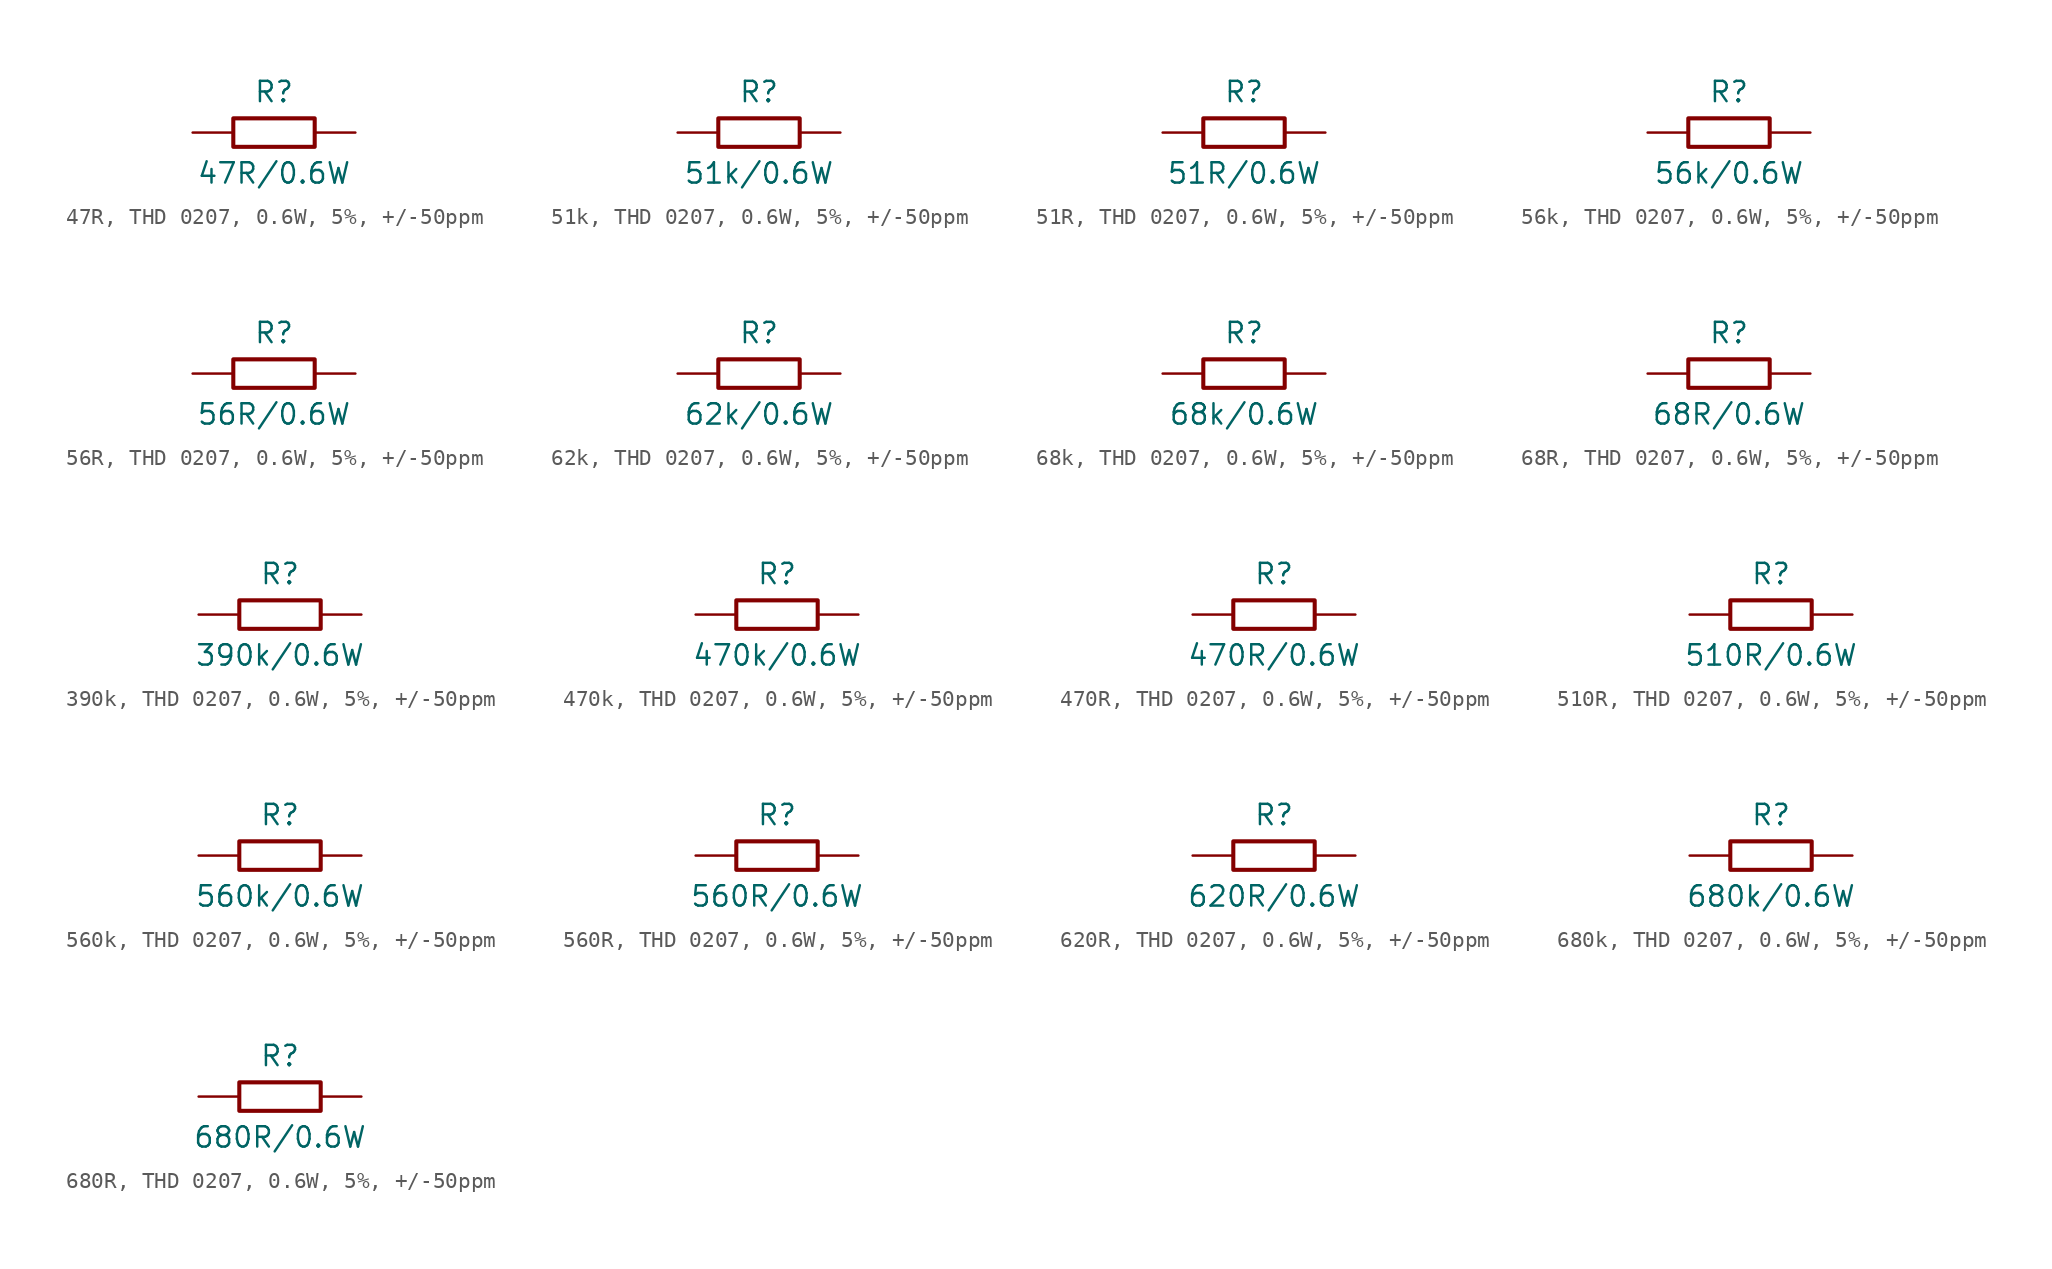
<source format=kicad_sym>
(kicad_symbol_lib
  (version 20220914)
  (generator kicad_symbol_editor)
  (symbol "47R, THD 0207, 0.6W, 5%, +/-50ppm"
    (pin_numbers hide)
    (pin_names
      (offset 0) hide)
    (property "Reference" "R"
      (at 0 2.54 0)
      (effects (font (size 1.27 1.27))))
    (property "Value" "47R/0.6W"
      (at 0 -2.54 0)
      (effects (font (size 1.27 1.27))))
    (symbol "47R, THD 0207, 0.6W, 5%, +/-50ppm_0_1"
      (rectangle (start -2.54 0.889) (end 2.54 -0.889) (stroke (width 0.254) (type default)) (fill (type none))))
    (symbol "47R, THD 0207, 0.6W, 5%, +/-50ppm_1_1"
      (pin passive line (at -5.08 0 0) (length 2.54) (name "1" (effects (font (size 1.27 1.27)))) (number "1" (effects (font (size 1.27 1.27)))))
      (pin passive line (at 5.08 0 180) (length 2.54) (name "2" (effects (font (size 1.27 1.27)))) (number "2" (effects (font (size 1.27 1.27)))))))
  (symbol "51k, THD 0207, 0.6W, 5%, +/-50ppm"
    (pin_numbers hide)
    (pin_names
      (offset 0) hide)
    (property "Reference" "R"
      (at 0 2.54 0)
      (effects (font (size 1.27 1.27))))
    (property "Value" "51k/0.6W"
      (at 0 -2.54 0)
      (effects (font (size 1.27 1.27))))
    (symbol "51k, THD 0207, 0.6W, 5%, +/-50ppm_0_1"
      (rectangle (start -2.54 0.889) (end 2.54 -0.889) (stroke (width 0.254) (type default)) (fill (type none))))
    (symbol "51k, THD 0207, 0.6W, 5%, +/-50ppm_1_1"
      (pin passive line (at -5.08 0 0) (length 2.54) (name "1" (effects (font (size 1.27 1.27)))) (number "1" (effects (font (size 1.27 1.27)))))
      (pin passive line (at 5.08 0 180) (length 2.54) (name "2" (effects (font (size 1.27 1.27)))) (number "2" (effects (font (size 1.27 1.27)))))))
  (symbol "51R, THD 0207, 0.6W, 5%, +/-50ppm"
    (pin_numbers hide)
    (pin_names
      (offset 0) hide)
    (property "Reference" "R"
      (at 0 2.54 0)
      (effects (font (size 1.27 1.27))))
    (property "Value" "51R/0.6W"
      (at 0 -2.54 0)
      (effects (font (size 1.27 1.27))))
    (symbol "51R, THD 0207, 0.6W, 5%, +/-50ppm_0_1"
      (rectangle (start -2.54 0.889) (end 2.54 -0.889) (stroke (width 0.254) (type default)) (fill (type none))))
    (symbol "51R, THD 0207, 0.6W, 5%, +/-50ppm_1_1"
      (pin passive line (at -5.08 0 0) (length 2.54) (name "1" (effects (font (size 1.27 1.27)))) (number "1" (effects (font (size 1.27 1.27)))))
      (pin passive line (at 5.08 0 180) (length 2.54) (name "2" (effects (font (size 1.27 1.27)))) (number "2" (effects (font (size 1.27 1.27)))))))
  (symbol "56k, THD 0207, 0.6W, 5%, +/-50ppm"
    (pin_numbers hide)
    (pin_names
      (offset 0) hide)
    (property "Reference" "R"
      (at 0 2.54 0)
      (effects (font (size 1.27 1.27))))
    (property "Value" "56k/0.6W"
      (at 0 -2.54 0)
      (effects (font (size 1.27 1.27))))
    (symbol "56k, THD 0207, 0.6W, 5%, +/-50ppm_0_1"
      (rectangle (start -2.54 0.889) (end 2.54 -0.889) (stroke (width 0.254) (type default)) (fill (type none))))
    (symbol "56k, THD 0207, 0.6W, 5%, +/-50ppm_1_1"
      (pin passive line (at -5.08 0 0) (length 2.54) (name "1" (effects (font (size 1.27 1.27)))) (number "1" (effects (font (size 1.27 1.27)))))
      (pin passive line (at 5.08 0 180) (length 2.54) (name "2" (effects (font (size 1.27 1.27)))) (number "2" (effects (font (size 1.27 1.27)))))))
  (symbol "56R, THD 0207, 0.6W, 5%, +/-50ppm"
    (pin_numbers hide)
    (pin_names
      (offset 0) hide)
    (property "Reference" "R"
      (at 0 2.54 0)
      (effects (font (size 1.27 1.27))))
    (property "Value" "56R/0.6W"
      (at 0 -2.54 0)
      (effects (font (size 1.27 1.27))))
    (symbol "56R, THD 0207, 0.6W, 5%, +/-50ppm_0_1"
      (rectangle (start -2.54 0.889) (end 2.54 -0.889) (stroke (width 0.254) (type default)) (fill (type none))))
    (symbol "56R, THD 0207, 0.6W, 5%, +/-50ppm_1_1"
      (pin passive line (at -5.08 0 0) (length 2.54) (name "1" (effects (font (size 1.27 1.27)))) (number "1" (effects (font (size 1.27 1.27)))))
      (pin passive line (at 5.08 0 180) (length 2.54) (name "2" (effects (font (size 1.27 1.27)))) (number "2" (effects (font (size 1.27 1.27)))))))
  (symbol "62k, THD 0207, 0.6W, 5%, +/-50ppm"
    (pin_numbers hide)
    (pin_names
      (offset 0) hide)
    (property "Reference" "R"
      (at 0 2.54 0)
      (effects (font (size 1.27 1.27))))
    (property "Value" "62k/0.6W"
      (at 0 -2.54 0)
      (effects (font (size 1.27 1.27))))
    (symbol "62k, THD 0207, 0.6W, 5%, +/-50ppm_0_1"
      (rectangle (start -2.54 0.889) (end 2.54 -0.889) (stroke (width 0.254) (type default)) (fill (type none))))
    (symbol "62k, THD 0207, 0.6W, 5%, +/-50ppm_1_1"
      (pin passive line (at -5.08 0 0) (length 2.54) (name "1" (effects (font (size 1.27 1.27)))) (number "1" (effects (font (size 1.27 1.27)))))
      (pin passive line (at 5.08 0 180) (length 2.54) (name "2" (effects (font (size 1.27 1.27)))) (number "2" (effects (font (size 1.27 1.27)))))))
  (symbol "68k, THD 0207, 0.6W, 5%, +/-50ppm"
    (pin_numbers hide)
    (pin_names
      (offset 0) hide)
    (property "Reference" "R"
      (at 0 2.54 0)
      (effects (font (size 1.27 1.27))))
    (property "Value" "68k/0.6W"
      (at 0 -2.54 0)
      (effects (font (size 1.27 1.27))))
    (symbol "68k, THD 0207, 0.6W, 5%, +/-50ppm_0_1"
      (rectangle (start -2.54 0.889) (end 2.54 -0.889) (stroke (width 0.254) (type default)) (fill (type none))))
    (symbol "68k, THD 0207, 0.6W, 5%, +/-50ppm_1_1"
      (pin passive line (at -5.08 0 0) (length 2.54) (name "1" (effects (font (size 1.27 1.27)))) (number "1" (effects (font (size 1.27 1.27)))))
      (pin passive line (at 5.08 0 180) (length 2.54) (name "2" (effects (font (size 1.27 1.27)))) (number "2" (effects (font (size 1.27 1.27)))))))
  (symbol "68R, THD 0207, 0.6W, 5%, +/-50ppm"
    (pin_numbers hide)
    (pin_names
      (offset 0) hide)
    (property "Reference" "R"
      (at 0 2.54 0)
      (effects (font (size 1.27 1.27))))
    (property "Value" "68R/0.6W"
      (at 0 -2.54 0)
      (effects (font (size 1.27 1.27))))
    (symbol "68R, THD 0207, 0.6W, 5%, +/-50ppm_0_1"
      (rectangle (start -2.54 0.889) (end 2.54 -0.889) (stroke (width 0.254) (type default)) (fill (type none))))
    (symbol "68R, THD 0207, 0.6W, 5%, +/-50ppm_1_1"
      (pin passive line (at -5.08 0 0) (length 2.54) (name "1" (effects (font (size 1.27 1.27)))) (number "1" (effects (font (size 1.27 1.27)))))
      (pin passive line (at 5.08 0 180) (length 2.54) (name "2" (effects (font (size 1.27 1.27)))) (number "2" (effects (font (size 1.27 1.27)))))))
  (symbol "390k, THD 0207, 0.6W, 5%, +/-50ppm"
    (pin_numbers hide)
    (pin_names
      (offset 0) hide)
    (property "Reference" "R"
      (at 0 2.54 0)
      (effects (font (size 1.27 1.27))))
    (property "Value" "390k/0.6W"
      (at 0 -2.54 0)
      (effects (font (size 1.27 1.27))))
    (symbol "390k, THD 0207, 0.6W, 5%, +/-50ppm_0_1"
      (rectangle (start -2.54 0.889) (end 2.54 -0.889) (stroke (width 0.254) (type default)) (fill (type none))))
    (symbol "390k, THD 0207, 0.6W, 5%, +/-50ppm_1_1"
      (pin passive line (at -5.08 0 0) (length 2.54) (name "1" (effects (font (size 1.27 1.27)))) (number "1" (effects (font (size 1.27 1.27)))))
      (pin passive line (at 5.08 0 180) (length 2.54) (name "2" (effects (font (size 1.27 1.27)))) (number "2" (effects (font (size 1.27 1.27)))))))
  (symbol "470k, THD 0207, 0.6W, 5%, +/-50ppm"
    (pin_numbers hide)
    (pin_names
      (offset 0) hide)
    (property "Reference" "R"
      (at 0 2.54 0)
      (effects (font (size 1.27 1.27))))
    (property "Value" "470k/0.6W"
      (at 0 -2.54 0)
      (effects (font (size 1.27 1.27))))
    (symbol "470k, THD 0207, 0.6W, 5%, +/-50ppm_0_1"
      (rectangle (start -2.54 0.889) (end 2.54 -0.889) (stroke (width 0.254) (type default)) (fill (type none))))
    (symbol "470k, THD 0207, 0.6W, 5%, +/-50ppm_1_1"
      (pin passive line (at -5.08 0 0) (length 2.54) (name "1" (effects (font (size 1.27 1.27)))) (number "1" (effects (font (size 1.27 1.27)))))
      (pin passive line (at 5.08 0 180) (length 2.54) (name "2" (effects (font (size 1.27 1.27)))) (number "2" (effects (font (size 1.27 1.27)))))))
  (symbol "470R, THD 0207, 0.6W, 5%, +/-50ppm"
    (pin_numbers hide)
    (pin_names
      (offset 0) hide)
    (property "Reference" "R"
      (at 0 2.54 0)
      (effects (font (size 1.27 1.27))))
    (property "Value" "470R/0.6W"
      (at 0 -2.54 0)
      (effects (font (size 1.27 1.27))))
    (symbol "470R, THD 0207, 0.6W, 5%, +/-50ppm_0_1"
      (rectangle (start -2.54 0.889) (end 2.54 -0.889) (stroke (width 0.254) (type default)) (fill (type none))))
    (symbol "470R, THD 0207, 0.6W, 5%, +/-50ppm_1_1"
      (pin passive line (at -5.08 0 0) (length 2.54) (name "1" (effects (font (size 1.27 1.27)))) (number "1" (effects (font (size 1.27 1.27)))))
      (pin passive line (at 5.08 0 180) (length 2.54) (name "2" (effects (font (size 1.27 1.27)))) (number "2" (effects (font (size 1.27 1.27)))))))
  (symbol "510R, THD 0207, 0.6W, 5%, +/-50ppm"
    (pin_numbers hide)
    (pin_names
      (offset 0) hide)
    (property "Reference" "R"
      (at 0 2.54 0)
      (effects (font (size 1.27 1.27))))
    (property "Value" "510R/0.6W"
      (at 0 -2.54 0)
      (effects (font (size 1.27 1.27))))
    (symbol "510R, THD 0207, 0.6W, 5%, +/-50ppm_0_1"
      (rectangle (start -2.54 0.889) (end 2.54 -0.889) (stroke (width 0.254) (type default)) (fill (type none))))
    (symbol "510R, THD 0207, 0.6W, 5%, +/-50ppm_1_1"
      (pin passive line (at -5.08 0 0) (length 2.54) (name "1" (effects (font (size 1.27 1.27)))) (number "1" (effects (font (size 1.27 1.27)))))
      (pin passive line (at 5.08 0 180) (length 2.54) (name "2" (effects (font (size 1.27 1.27)))) (number "2" (effects (font (size 1.27 1.27)))))))
  (symbol "560k, THD 0207, 0.6W, 5%, +/-50ppm"
    (pin_numbers hide)
    (pin_names
      (offset 0) hide)
    (property "Reference" "R"
      (at 0 2.54 0)
      (effects (font (size 1.27 1.27))))
    (property "Value" "560k/0.6W"
      (at 0 -2.54 0)
      (effects (font (size 1.27 1.27))))
    (symbol "560k, THD 0207, 0.6W, 5%, +/-50ppm_0_1"
      (rectangle (start -2.54 0.889) (end 2.54 -0.889) (stroke (width 0.254) (type default)) (fill (type none))))
    (symbol "560k, THD 0207, 0.6W, 5%, +/-50ppm_1_1"
      (pin passive line (at -5.08 0 0) (length 2.54) (name "1" (effects (font (size 1.27 1.27)))) (number "1" (effects (font (size 1.27 1.27)))))
      (pin passive line (at 5.08 0 180) (length 2.54) (name "2" (effects (font (size 1.27 1.27)))) (number "2" (effects (font (size 1.27 1.27)))))))
  (symbol "560R, THD 0207, 0.6W, 5%, +/-50ppm"
    (pin_numbers hide)
    (pin_names
      (offset 0) hide)
    (property "Reference" "R"
      (at 0 2.54 0)
      (effects (font (size 1.27 1.27))))
    (property "Value" "560R/0.6W"
      (at 0 -2.54 0)
      (effects (font (size 1.27 1.27))))
    (symbol "560R, THD 0207, 0.6W, 5%, +/-50ppm_0_1"
      (rectangle (start -2.54 0.889) (end 2.54 -0.889) (stroke (width 0.254) (type default)) (fill (type none))))
    (symbol "560R, THD 0207, 0.6W, 5%, +/-50ppm_1_1"
      (pin passive line (at -5.08 0 0) (length 2.54) (name "1" (effects (font (size 1.27 1.27)))) (number "1" (effects (font (size 1.27 1.27)))))
      (pin passive line (at 5.08 0 180) (length 2.54) (name "2" (effects (font (size 1.27 1.27)))) (number "2" (effects (font (size 1.27 1.27)))))))
  (symbol "620R, THD 0207, 0.6W, 5%, +/-50ppm"
    (pin_numbers hide)
    (pin_names
      (offset 0) hide)
    (property "Reference" "R"
      (at 0 2.54 0)
      (effects (font (size 1.27 1.27))))
    (property "Value" "620R/0.6W"
      (at 0 -2.54 0)
      (effects (font (size 1.27 1.27))))
    (symbol "620R, THD 0207, 0.6W, 5%, +/-50ppm_0_1"
      (rectangle (start -2.54 0.889) (end 2.54 -0.889) (stroke (width 0.254) (type default)) (fill (type none))))
    (symbol "620R, THD 0207, 0.6W, 5%, +/-50ppm_1_1"
      (pin passive line (at -5.08 0 0) (length 2.54) (name "1" (effects (font (size 1.27 1.27)))) (number "1" (effects (font (size 1.27 1.27)))))
      (pin passive line (at 5.08 0 180) (length 2.54) (name "2" (effects (font (size 1.27 1.27)))) (number "2" (effects (font (size 1.27 1.27)))))))
  (symbol "680k, THD 0207, 0.6W, 5%, +/-50ppm"
    (pin_numbers hide)
    (pin_names
      (offset 0) hide)
    (property "Reference" "R"
      (at 0 2.54 0)
      (effects (font (size 1.27 1.27))))
    (property "Value" "680k/0.6W"
      (at 0 -2.54 0)
      (effects (font (size 1.27 1.27))))
    (symbol "680k, THD 0207, 0.6W, 5%, +/-50ppm_0_1"
      (rectangle (start -2.54 0.889) (end 2.54 -0.889) (stroke (width 0.254) (type default)) (fill (type none))))
    (symbol "680k, THD 0207, 0.6W, 5%, +/-50ppm_1_1"
      (pin passive line (at -5.08 0 0) (length 2.54) (name "1" (effects (font (size 1.27 1.27)))) (number "1" (effects (font (size 1.27 1.27)))))
      (pin passive line (at 5.08 0 180) (length 2.54) (name "2" (effects (font (size 1.27 1.27)))) (number "2" (effects (font (size 1.27 1.27)))))))
  (symbol "680R, THD 0207, 0.6W, 5%, +/-50ppm"
    (pin_numbers hide)
    (pin_names
      (offset 0) hide)
    (property "Reference" "R"
      (at 0 2.54 0)
      (effects (font (size 1.27 1.27))))
    (property "Value" "680R/0.6W"
      (at 0 -2.54 0)
      (effects (font (size 1.27 1.27))))
    (symbol "680R, THD 0207, 0.6W, 5%, +/-50ppm_0_1"
      (rectangle (start -2.54 0.889) (end 2.54 -0.889) (stroke (width 0.254) (type default)) (fill (type none))))
    (symbol "680R, THD 0207, 0.6W, 5%, +/-50ppm_1_1"
      (pin passive line (at -5.08 0 0) (length 2.54) (name "1" (effects (font (size 1.27 1.27)))) (number "1" (effects (font (size 1.27 1.27)))))
      (pin passive line (at 5.08 0 180) (length 2.54) (name "2" (effects (font (size 1.27 1.27)))) (number "2" (effects (font (size 1.27 1.27))))))))
</source>
